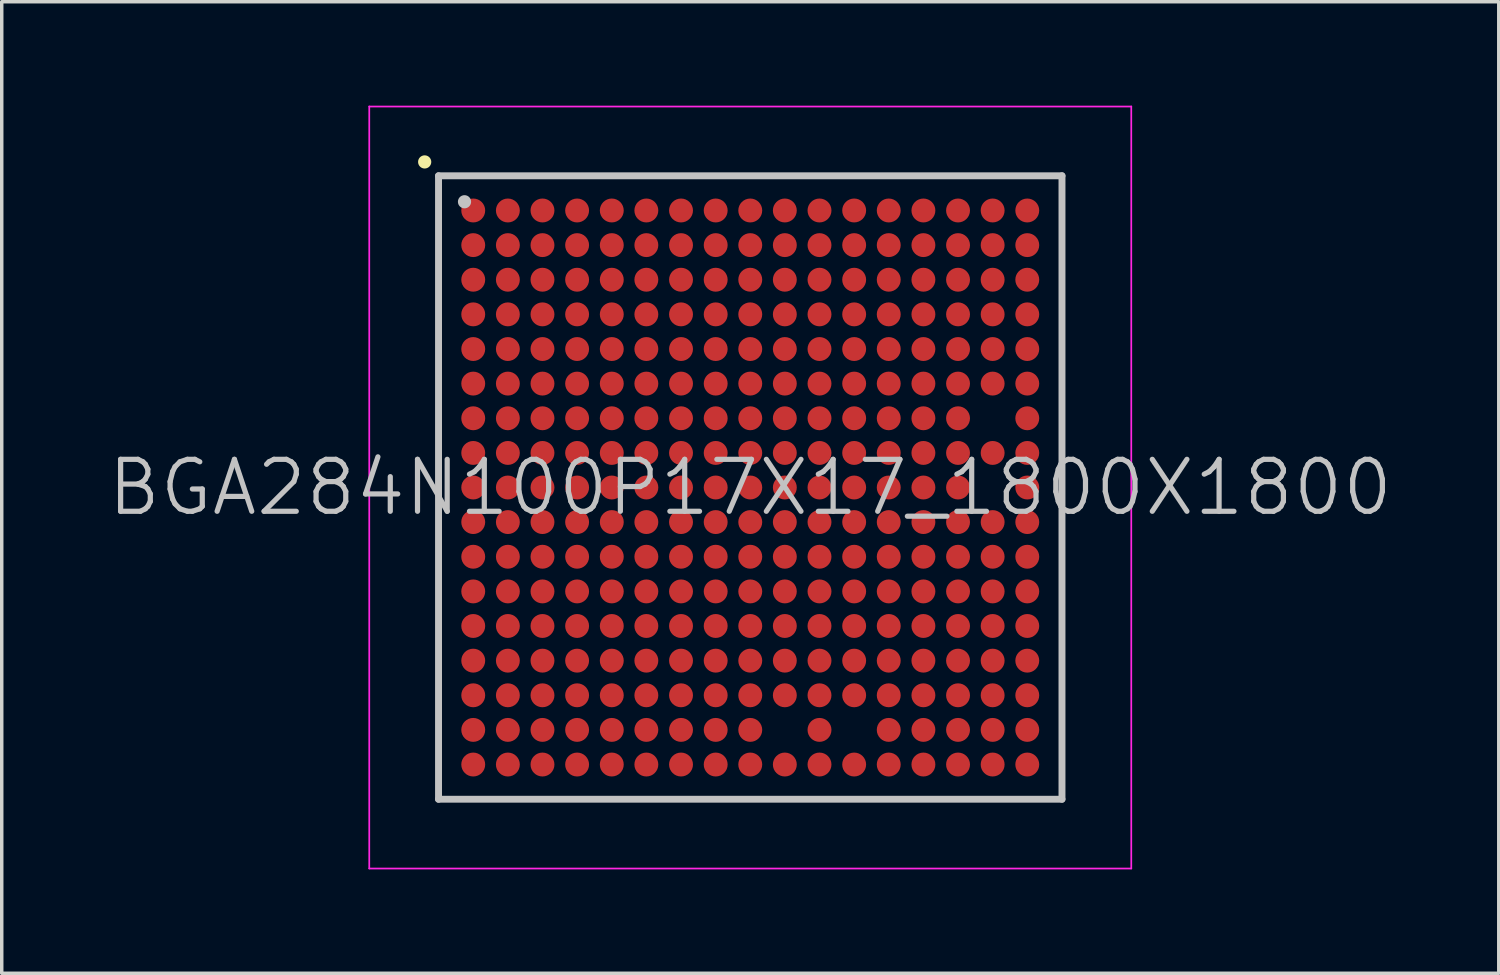
<source format=kicad_pcb>
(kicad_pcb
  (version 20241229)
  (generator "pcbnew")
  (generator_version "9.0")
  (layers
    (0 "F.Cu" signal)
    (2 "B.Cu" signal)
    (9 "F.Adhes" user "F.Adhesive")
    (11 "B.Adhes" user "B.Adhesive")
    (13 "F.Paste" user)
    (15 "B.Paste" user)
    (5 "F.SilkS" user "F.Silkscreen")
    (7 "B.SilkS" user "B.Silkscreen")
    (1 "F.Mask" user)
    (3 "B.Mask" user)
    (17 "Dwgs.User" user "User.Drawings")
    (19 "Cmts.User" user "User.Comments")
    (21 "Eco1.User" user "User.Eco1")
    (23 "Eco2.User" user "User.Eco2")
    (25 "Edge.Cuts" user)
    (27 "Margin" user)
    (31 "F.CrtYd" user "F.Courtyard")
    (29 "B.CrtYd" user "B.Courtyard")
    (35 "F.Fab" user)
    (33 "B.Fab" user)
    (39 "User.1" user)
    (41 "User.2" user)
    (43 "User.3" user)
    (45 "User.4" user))
  (footprint "BGA284N100P17X17_1800X1800"
    (layer "F.Cu")
    (at 18.611 11.025)
    (property "Reference" "BGA284N100P17X17_1800X1800" (at 0 0 0) (layer "Dwgs.User") (effects (font (size 1.5 1.5) (thickness 0.15))))
    (attr smd)
    (fp_line (start -9.4 -9.4) (end -9.4 -9.4) (stroke (width 0.381) (type solid)) (layer "F.SilkS"))
    (fp_line (start -9 -9) (end -9 9) (stroke (width 0.2) (type solid)) (layer "Dwgs.User"))
    (fp_line (start -9 -9) (end 9 -9) (stroke (width 0.2) (type solid)) (layer "Dwgs.User"))
    (fp_line (start -9 9) (end 9 9) (stroke (width 0.2) (type solid)) (layer "Dwgs.User"))
    (fp_line (start -8.25 -8.25) (end -8.25 -8.25) (stroke (width 0.381) (type solid)) (layer "Dwgs.User"))
    (fp_line (start 9 -9) (end 9 9) (stroke (width 0.2) (type solid)) (layer "Dwgs.User"))
    (fp_line (start -11 -11) (end -11 11) (stroke (width 0.05) (type solid)) (layer "F.CrtYd"))
    (fp_line (start -11 -11) (end 11 -11) (stroke (width 0.05) (type solid)) (layer "F.CrtYd"))
    (fp_line (start -11 11) (end 11 11) (stroke (width 0.05) (type solid)) (layer "F.CrtYd"))
    (fp_line (start 11 -11) (end 11 11) (stroke (width 0.05) (type solid)) (layer "F.CrtYd"))
    (pad "A1" smd circle (at -7.998 -7.998 270) (size 0.69 0.69) (layers "F.Cu" "F.Mask" "F.Paste"))
    (pad "A2" smd circle (at -6.998 -7.998 270) (size 0.69 0.69) (layers "F.Cu" "F.Mask" "F.Paste"))
    (pad "A3" smd circle (at -5.999 -7.998 270) (size 0.69 0.69) (layers "F.Cu" "F.Mask" "F.Paste"))
    (pad "A4" smd circle (at -4.999 -7.998 270) (size 0.69 0.69) (layers "F.Cu" "F.Mask" "F.Paste"))
    (pad "A5" smd circle (at -3.998 -7.998 270) (size 0.69 0.69) (layers "F.Cu" "F.Mask" "F.Paste"))
    (pad "A6" smd circle (at -3 -7.998 270) (size 0.69 0.69) (layers "F.Cu" "F.Mask" "F.Paste"))
    (pad "A7" smd circle (at -1.999 -7.998 270) (size 0.69 0.69) (layers "F.Cu" "F.Mask" "F.Paste"))
    (pad "A8" smd circle (at -0.998 -7.998 270) (size 0.69 0.69) (layers "F.Cu" "F.Mask" "F.Paste"))
    (pad "A9" smd circle (at 0 -7.998 270) (size 0.69 0.69) (layers "F.Cu" "F.Mask" "F.Paste"))
    (pad "A10" smd circle (at 0.998 -7.998 270) (size 0.69 0.69) (layers "F.Cu" "F.Mask" "F.Paste"))
    (pad "A11" smd circle (at 1.999 -7.998 270) (size 0.69 0.69) (layers "F.Cu" "F.Mask" "F.Paste"))
    (pad "A12" smd circle (at 3 -7.998 270) (size 0.69 0.69) (layers "F.Cu" "F.Mask" "F.Paste"))
    (pad "A13" smd circle (at 3.998 -7.998 270) (size 0.69 0.69) (layers "F.Cu" "F.Mask" "F.Paste"))
    (pad "A14" smd circle (at 4.999 -7.998 270) (size 0.69 0.69) (layers "F.Cu" "F.Mask" "F.Paste"))
    (pad "A15" smd circle (at 5.999 -7.998 270) (size 0.69 0.69) (layers "F.Cu" "F.Mask" "F.Paste"))
    (pad "A16" smd circle (at 6.998 -7.998 270) (size 0.69 0.69) (layers "F.Cu" "F.Mask" "F.Paste"))
    (pad "A17" smd circle (at 7.998 -7.998 270) (size 0.69 0.69) (layers "F.Cu" "F.Mask" "F.Paste"))
    (pad "B1" smd circle (at -7.998 -6.998 270) (size 0.69 0.69) (layers "F.Cu" "F.Mask" "F.Paste"))
    (pad "B2" smd circle (at -6.998 -6.998 270) (size 0.69 0.69) (layers "F.Cu" "F.Mask" "F.Paste"))
    (pad "B3" smd circle (at -5.999 -6.998 270) (size 0.69 0.69) (layers "F.Cu" "F.Mask" "F.Paste"))
    (pad "B4" smd circle (at -4.999 -6.998 270) (size 0.69 0.69) (layers "F.Cu" "F.Mask" "F.Paste"))
    (pad "B5" smd circle (at -3.998 -6.998 270) (size 0.69 0.69) (layers "F.Cu" "F.Mask" "F.Paste"))
    (pad "B6" smd circle (at -3 -6.998 270) (size 0.69 0.69) (layers "F.Cu" "F.Mask" "F.Paste"))
    (pad "B7" smd circle (at -1.999 -6.998 270) (size 0.69 0.69) (layers "F.Cu" "F.Mask" "F.Paste"))
    (pad "B8" smd circle (at -0.998 -6.998 270) (size 0.69 0.69) (layers "F.Cu" "F.Mask" "F.Paste"))
    (pad "B9" smd circle (at 0 -6.998 270) (size 0.69 0.69) (layers "F.Cu" "F.Mask" "F.Paste"))
    (pad "B10" smd circle (at 0.998 -6.998 270) (size 0.69 0.69) (layers "F.Cu" "F.Mask" "F.Paste"))
    (pad "B11" smd circle (at 1.999 -6.998 270) (size 0.69 0.69) (layers "F.Cu" "F.Mask" "F.Paste"))
    (pad "B12" smd circle (at 3 -6.998 270) (size 0.69 0.69) (layers "F.Cu" "F.Mask" "F.Paste"))
    (pad "B13" smd circle (at 3.998 -6.998 270) (size 0.69 0.69) (layers "F.Cu" "F.Mask" "F.Paste"))
    (pad "B14" smd circle (at 4.999 -6.998 270) (size 0.69 0.69) (layers "F.Cu" "F.Mask" "F.Paste"))
    (pad "B15" smd circle (at 5.999 -6.998 270) (size 0.69 0.69) (layers "F.Cu" "F.Mask" "F.Paste"))
    (pad "B16" smd circle (at 6.998 -6.998 270) (size 0.69 0.69) (layers "F.Cu" "F.Mask" "F.Paste"))
    (pad "B17" smd circle (at 7.998 -6.998 270) (size 0.69 0.69) (layers "F.Cu" "F.Mask" "F.Paste"))
    (pad "C1" smd circle (at -7.998 -5.999 270) (size 0.69 0.69) (layers "F.Cu" "F.Mask" "F.Paste"))
    (pad "C2" smd circle (at -6.998 -5.999 270) (size 0.69 0.69) (layers "F.Cu" "F.Mask" "F.Paste"))
    (pad "C3" smd circle (at -5.999 -5.999 270) (size 0.69 0.69) (layers "F.Cu" "F.Mask" "F.Paste"))
    (pad "C4" smd circle (at -4.999 -5.999 270) (size 0.69 0.69) (layers "F.Cu" "F.Mask" "F.Paste"))
    (pad "C5" smd circle (at -3.998 -5.999 270) (size 0.69 0.69) (layers "F.Cu" "F.Mask" "F.Paste"))
    (pad "C6" smd circle (at -3 -5.999 270) (size 0.69 0.69) (layers "F.Cu" "F.Mask" "F.Paste"))
    (pad "C7" smd circle (at -1.999 -5.999 270) (size 0.69 0.69) (layers "F.Cu" "F.Mask" "F.Paste"))
    (pad "C8" smd circle (at -0.998 -5.999 270) (size 0.69 0.69) (layers "F.Cu" "F.Mask" "F.Paste"))
    (pad "C9" smd circle (at 0 -5.999 270) (size 0.69 0.69) (layers "F.Cu" "F.Mask" "F.Paste"))
    (pad "C10" smd circle (at 0.998 -5.999 270) (size 0.69 0.69) (layers "F.Cu" "F.Mask" "F.Paste"))
    (pad "C11" smd circle (at 1.999 -5.999 270) (size 0.69 0.69) (layers "F.Cu" "F.Mask" "F.Paste"))
    (pad "C12" smd circle (at 3 -5.999 270) (size 0.69 0.69) (layers "F.Cu" "F.Mask" "F.Paste"))
    (pad "C13" smd circle (at 3.998 -5.999 270) (size 0.69 0.69) (layers "F.Cu" "F.Mask" "F.Paste"))
    (pad "C14" smd circle (at 4.999 -5.999 270) (size 0.69 0.69) (layers "F.Cu" "F.Mask" "F.Paste"))
    (pad "C15" smd circle (at 5.999 -5.999 270) (size 0.69 0.69) (layers "F.Cu" "F.Mask" "F.Paste"))
    (pad "C16" smd circle (at 6.998 -5.999 270) (size 0.69 0.69) (layers "F.Cu" "F.Mask" "F.Paste"))
    (pad "C17" smd circle (at 7.998 -5.999 270) (size 0.69 0.69) (layers "F.Cu" "F.Mask" "F.Paste"))
    (pad "D1" smd circle (at -7.998 -4.999 270) (size 0.69 0.69) (layers "F.Cu" "F.Mask" "F.Paste"))
    (pad "D2" smd circle (at -6.998 -4.999 270) (size 0.69 0.69) (layers "F.Cu" "F.Mask" "F.Paste"))
    (pad "D3" smd circle (at -5.999 -4.999 270) (size 0.69 0.69) (layers "F.Cu" "F.Mask" "F.Paste"))
    (pad "D4" smd circle (at -4.999 -4.999 270) (size 0.69 0.69) (layers "F.Cu" "F.Mask" "F.Paste"))
    (pad "D5" smd circle (at -3.998 -4.999 270) (size 0.69 0.69) (layers "F.Cu" "F.Mask" "F.Paste"))
    (pad "D6" smd circle (at -3 -4.999 270) (size 0.69 0.69) (layers "F.Cu" "F.Mask" "F.Paste"))
    (pad "D7" smd circle (at -1.999 -4.999 270) (size 0.69 0.69) (layers "F.Cu" "F.Mask" "F.Paste"))
    (pad "D8" smd circle (at -0.998 -4.999 270) (size 0.69 0.69) (layers "F.Cu" "F.Mask" "F.Paste"))
    (pad "D9" smd circle (at 0 -4.999 270) (size 0.69 0.69) (layers "F.Cu" "F.Mask" "F.Paste"))
    (pad "D10" smd circle (at 0.998 -4.999 270) (size 0.69 0.69) (layers "F.Cu" "F.Mask" "F.Paste"))
    (pad "D11" smd circle (at 1.999 -4.999 270) (size 0.69 0.69) (layers "F.Cu" "F.Mask" "F.Paste"))
    (pad "D12" smd circle (at 3 -4.999 270) (size 0.69 0.69) (layers "F.Cu" "F.Mask" "F.Paste"))
    (pad "D13" smd circle (at 3.998 -4.999 270) (size 0.69 0.69) (layers "F.Cu" "F.Mask" "F.Paste"))
    (pad "D14" smd circle (at 4.999 -4.999 270) (size 0.69 0.69) (layers "F.Cu" "F.Mask" "F.Paste"))
    (pad "D15" smd circle (at 5.999 -4.999 270) (size 0.69 0.69) (layers "F.Cu" "F.Mask" "F.Paste"))
    (pad "D16" smd circle (at 6.998 -4.999 270) (size 0.69 0.69) (layers "F.Cu" "F.Mask" "F.Paste"))
    (pad "D17" smd circle (at 7.998 -4.999 270) (size 0.69 0.69) (layers "F.Cu" "F.Mask" "F.Paste"))
    (pad "E1" smd circle (at -7.998 -3.998 270) (size 0.69 0.69) (layers "F.Cu" "F.Mask" "F.Paste"))
    (pad "E2" smd circle (at -6.998 -3.998 270) (size 0.69 0.69) (layers "F.Cu" "F.Mask" "F.Paste"))
    (pad "E3" smd circle (at -5.999 -3.998 270) (size 0.69 0.69) (layers "F.Cu" "F.Mask" "F.Paste"))
    (pad "E4" smd circle (at -4.999 -3.998 270) (size 0.69 0.69) (layers "F.Cu" "F.Mask" "F.Paste"))
    (pad "E5" smd circle (at -3.998 -3.998 270) (size 0.69 0.69) (layers "F.Cu" "F.Mask" "F.Paste"))
    (pad "E6" smd circle (at -3 -3.998 270) (size 0.69 0.69) (layers "F.Cu" "F.Mask" "F.Paste"))
    (pad "E7" smd circle (at -1.999 -3.998 270) (size 0.69 0.69) (layers "F.Cu" "F.Mask" "F.Paste"))
    (pad "E8" smd circle (at -0.998 -3.998 270) (size 0.69 0.69) (layers "F.Cu" "F.Mask" "F.Paste"))
    (pad "E9" smd circle (at 0 -3.998 270) (size 0.69 0.69) (layers "F.Cu" "F.Mask" "F.Paste"))
    (pad "E10" smd circle (at 0.998 -3.998 270) (size 0.69 0.69) (layers "F.Cu" "F.Mask" "F.Paste"))
    (pad "E11" smd circle (at 1.999 -3.998 270) (size 0.69 0.69) (layers "F.Cu" "F.Mask" "F.Paste"))
    (pad "E12" smd circle (at 3 -3.998 270) (size 0.69 0.69) (layers "F.Cu" "F.Mask" "F.Paste"))
    (pad "E13" smd circle (at 3.998 -3.998 270) (size 0.69 0.69) (layers "F.Cu" "F.Mask" "F.Paste"))
    (pad "E14" smd circle (at 4.999 -3.998 270) (size 0.69 0.69) (layers "F.Cu" "F.Mask" "F.Paste"))
    (pad "E15" smd circle (at 5.999 -3.998 270) (size 0.69 0.69) (layers "F.Cu" "F.Mask" "F.Paste"))
    (pad "E16" smd circle (at 6.998 -3.998 270) (size 0.69 0.69) (layers "F.Cu" "F.Mask" "F.Paste"))
    (pad "E17" smd circle (at 7.998 -3.998 270) (size 0.69 0.69) (layers "F.Cu" "F.Mask" "F.Paste"))
    (pad "F1" smd circle (at -7.998 -3 270) (size 0.69 0.69) (layers "F.Cu" "F.Mask" "F.Paste"))
    (pad "F2" smd circle (at -6.998 -3 270) (size 0.69 0.69) (layers "F.Cu" "F.Mask" "F.Paste"))
    (pad "F3" smd circle (at -5.999 -3 270) (size 0.69 0.69) (layers "F.Cu" "F.Mask" "F.Paste"))
    (pad "F4" smd circle (at -4.999 -3 270) (size 0.69 0.69) (layers "F.Cu" "F.Mask" "F.Paste"))
    (pad "F5" smd circle (at -3.998 -3 270) (size 0.69 0.69) (layers "F.Cu" "F.Mask" "F.Paste"))
    (pad "F6" smd circle (at -3 -3 270) (size 0.69 0.69) (layers "F.Cu" "F.Mask" "F.Paste"))
    (pad "F7" smd circle (at -1.999 -3 270) (size 0.69 0.69) (layers "F.Cu" "F.Mask" "F.Paste"))
    (pad "F8" smd circle (at -0.998 -3 270) (size 0.69 0.69) (layers "F.Cu" "F.Mask" "F.Paste"))
    (pad "F9" smd circle (at 0 -3 270) (size 0.69 0.69) (layers "F.Cu" "F.Mask" "F.Paste"))
    (pad "F10" smd circle (at 0.998 -3 270) (size 0.69 0.69) (layers "F.Cu" "F.Mask" "F.Paste"))
    (pad "F11" smd circle (at 1.999 -3 270) (size 0.69 0.69) (layers "F.Cu" "F.Mask" "F.Paste"))
    (pad "F12" smd circle (at 3 -3 270) (size 0.69 0.69) (layers "F.Cu" "F.Mask" "F.Paste"))
    (pad "F13" smd circle (at 3.998 -3 270) (size 0.69 0.69) (layers "F.Cu" "F.Mask" "F.Paste"))
    (pad "F14" smd circle (at 4.999 -3 270) (size 0.69 0.69) (layers "F.Cu" "F.Mask" "F.Paste"))
    (pad "F15" smd circle (at 5.999 -3 270) (size 0.69 0.69) (layers "F.Cu" "F.Mask" "F.Paste"))
    (pad "F16" smd circle (at 6.998 -3 270) (size 0.69 0.69) (layers "F.Cu" "F.Mask" "F.Paste"))
    (pad "F17" smd circle (at 7.998 -3 270) (size 0.69 0.69) (layers "F.Cu" "F.Mask" "F.Paste"))
    (pad "G1" smd circle (at -7.998 -1.999 270) (size 0.69 0.69) (layers "F.Cu" "F.Mask" "F.Paste"))
    (pad "G2" smd circle (at -6.998 -1.999 270) (size 0.69 0.69) (layers "F.Cu" "F.Mask" "F.Paste"))
    (pad "G3" smd circle (at -5.999 -1.999 270) (size 0.69 0.69) (layers "F.Cu" "F.Mask" "F.Paste"))
    (pad "G4" smd circle (at -4.999 -1.999 270) (size 0.69 0.69) (layers "F.Cu" "F.Mask" "F.Paste"))
    (pad "G5" smd circle (at -3.998 -1.999 270) (size 0.69 0.69) (layers "F.Cu" "F.Mask" "F.Paste"))
    (pad "G6" smd circle (at -3 -1.999 270) (size 0.69 0.69) (layers "F.Cu" "F.Mask" "F.Paste"))
    (pad "G7" smd circle (at -1.999 -1.999 270) (size 0.69 0.69) (layers "F.Cu" "F.Mask" "F.Paste"))
    (pad "G8" smd circle (at -0.998 -1.999 270) (size 0.69 0.69) (layers "F.Cu" "F.Mask" "F.Paste"))
    (pad "G9" smd circle (at 0 -1.999 270) (size 0.69 0.69) (layers "F.Cu" "F.Mask" "F.Paste"))
    (pad "G10" smd circle (at 0.998 -1.999 270) (size 0.69 0.69) (layers "F.Cu" "F.Mask" "F.Paste"))
    (pad "G11" smd circle (at 1.999 -1.999 270) (size 0.69 0.69) (layers "F.Cu" "F.Mask" "F.Paste"))
    (pad "G12" smd circle (at 3 -1.999 270) (size 0.69 0.69) (layers "F.Cu" "F.Mask" "F.Paste"))
    (pad "G13" smd circle (at 3.998 -1.999 270) (size 0.69 0.69) (layers "F.Cu" "F.Mask" "F.Paste"))
    (pad "G14" smd circle (at 4.999 -1.999 270) (size 0.69 0.69) (layers "F.Cu" "F.Mask" "F.Paste"))
    (pad "G15" smd circle (at 5.999 -1.999 270) (size 0.69 0.69) (layers "F.Cu" "F.Mask" "F.Paste"))
    (pad "G17" smd circle (at 7.998 -1.999 270) (size 0.69 0.69) (layers "F.Cu" "F.Mask" "F.Paste"))
    (pad "H1" smd circle (at -7.998 -0.998 270) (size 0.69 0.69) (layers "F.Cu" "F.Mask" "F.Paste"))
    (pad "H2" smd circle (at -6.998 -0.998 270) (size 0.69 0.69) (layers "F.Cu" "F.Mask" "F.Paste"))
    (pad "H3" smd circle (at -5.999 -0.998 270) (size 0.69 0.69) (layers "F.Cu" "F.Mask" "F.Paste"))
    (pad "H4" smd circle (at -4.999 -0.998 270) (size 0.69 0.69) (layers "F.Cu" "F.Mask" "F.Paste"))
    (pad "H5" smd circle (at -3.998 -0.998 270) (size 0.69 0.69) (layers "F.Cu" "F.Mask" "F.Paste"))
    (pad "H6" smd circle (at -3 -0.998 270) (size 0.69 0.69) (layers "F.Cu" "F.Mask" "F.Paste"))
    (pad "H7" smd circle (at -1.999 -0.998 270) (size 0.69 0.69) (layers "F.Cu" "F.Mask" "F.Paste"))
    (pad "H8" smd circle (at -0.998 -0.998 270) (size 0.69 0.69) (layers "F.Cu" "F.Mask" "F.Paste"))
    (pad "H9" smd circle (at 0 -0.998 270) (size 0.69 0.69) (layers "F.Cu" "F.Mask" "F.Paste"))
    (pad "H10" smd circle (at 0.998 -0.998 270) (size 0.69 0.69) (layers "F.Cu" "F.Mask" "F.Paste"))
    (pad "H11" smd circle (at 1.999 -0.998 270) (size 0.69 0.69) (layers "F.Cu" "F.Mask" "F.Paste"))
    (pad "H12" smd circle (at 3 -0.998 270) (size 0.69 0.69) (layers "F.Cu" "F.Mask" "F.Paste"))
    (pad "H13" smd circle (at 3.998 -0.998 270) (size 0.69 0.69) (layers "F.Cu" "F.Mask" "F.Paste"))
    (pad "H14" smd circle (at 4.999 -0.998 270) (size 0.69 0.69) (layers "F.Cu" "F.Mask" "F.Paste"))
    (pad "H15" smd circle (at 5.999 -0.998 270) (size 0.69 0.69) (layers "F.Cu" "F.Mask" "F.Paste"))
    (pad "H16" smd circle (at 6.998 -0.998 270) (size 0.69 0.69) (layers "F.Cu" "F.Mask" "F.Paste"))
    (pad "H17" smd circle (at 7.998 -0.998 270) (size 0.69 0.69) (layers "F.Cu" "F.Mask" "F.Paste"))
    (pad "J1" smd circle (at -7.998 0 270) (size 0.69 0.69) (layers "F.Cu" "F.Mask" "F.Paste"))
    (pad "J2" smd circle (at -6.998 0 270) (size 0.69 0.69) (layers "F.Cu" "F.Mask" "F.Paste"))
    (pad "J3" smd circle (at -5.999 0 270) (size 0.69 0.69) (layers "F.Cu" "F.Mask" "F.Paste"))
    (pad "J4" smd circle (at -4.999 0 270) (size 0.69 0.69) (layers "F.Cu" "F.Mask" "F.Paste"))
    (pad "J5" smd circle (at -3.998 0 270) (size 0.69 0.69) (layers "F.Cu" "F.Mask" "F.Paste"))
    (pad "J6" smd circle (at -3 0 270) (size 0.69 0.69) (layers "F.Cu" "F.Mask" "F.Paste"))
    (pad "J7" smd circle (at -1.999 0 270) (size 0.69 0.69) (layers "F.Cu" "F.Mask" "F.Paste"))
    (pad "J8" smd circle (at -0.998 0 270) (size 0.69 0.69) (layers "F.Cu" "F.Mask" "F.Paste"))
    (pad "J9" smd circle (at 0 0 270) (size 0.69 0.69) (layers "F.Cu" "F.Mask" "F.Paste"))
    (pad "J10" smd circle (at 0.998 0 270) (size 0.69 0.69) (layers "F.Cu" "F.Mask" "F.Paste"))
    (pad "J11" smd circle (at 1.999 0 270) (size 0.69 0.69) (layers "F.Cu" "F.Mask" "F.Paste"))
    (pad "J12" smd circle (at 3 0 270) (size 0.69 0.69) (layers "F.Cu" "F.Mask" "F.Paste"))
    (pad "J13" smd circle (at 3.998 0 270) (size 0.69 0.69) (layers "F.Cu" "F.Mask" "F.Paste"))
    (pad "J14" smd circle (at 4.999 0 270) (size 0.69 0.69) (layers "F.Cu" "F.Mask" "F.Paste"))
    (pad "J15" smd circle (at 5.999 0 270) (size 0.69 0.69) (layers "F.Cu" "F.Mask" "F.Paste"))
    (pad "J17" smd circle (at 7.998 0 270) (size 0.69 0.69) (layers "F.Cu" "F.Mask" "F.Paste"))
    (pad "K1" smd circle (at -7.998 0.998 270) (size 0.69 0.69) (layers "F.Cu" "F.Mask" "F.Paste"))
    (pad "K2" smd circle (at -6.998 0.998 270) (size 0.69 0.69) (layers "F.Cu" "F.Mask" "F.Paste"))
    (pad "K3" smd circle (at -5.999 0.998 270) (size 0.69 0.69) (layers "F.Cu" "F.Mask" "F.Paste"))
    (pad "K4" smd circle (at -4.999 0.998 270) (size 0.69 0.69) (layers "F.Cu" "F.Mask" "F.Paste"))
    (pad "K5" smd circle (at -3.998 0.998 270) (size 0.69 0.69) (layers "F.Cu" "F.Mask" "F.Paste"))
    (pad "K6" smd circle (at -3 0.998 270) (size 0.69 0.69) (layers "F.Cu" "F.Mask" "F.Paste"))
    (pad "K7" smd circle (at -1.999 0.998 270) (size 0.69 0.69) (layers "F.Cu" "F.Mask" "F.Paste"))
    (pad "K8" smd circle (at -0.998 0.998 270) (size 0.69 0.69) (layers "F.Cu" "F.Mask" "F.Paste"))
    (pad "K9" smd circle (at 0 0.998 270) (size 0.69 0.69) (layers "F.Cu" "F.Mask" "F.Paste"))
    (pad "K10" smd circle (at 0.998 0.998 270) (size 0.69 0.69) (layers "F.Cu" "F.Mask" "F.Paste"))
    (pad "K11" smd circle (at 1.999 0.998 270) (size 0.69 0.69) (layers "F.Cu" "F.Mask" "F.Paste"))
    (pad "K12" smd circle (at 3 0.998 270) (size 0.69 0.69) (layers "F.Cu" "F.Mask" "F.Paste"))
    (pad "K13" smd circle (at 3.998 0.998 270) (size 0.69 0.69) (layers "F.Cu" "F.Mask" "F.Paste"))
    (pad "K14" smd circle (at 4.999 0.998 270) (size 0.69 0.69) (layers "F.Cu" "F.Mask" "F.Paste"))
    (pad "K15" smd circle (at 5.999 0.998 270) (size 0.69 0.69) (layers "F.Cu" "F.Mask" "F.Paste"))
    (pad "K16" smd circle (at 6.998 0.998 270) (size 0.69 0.69) (layers "F.Cu" "F.Mask" "F.Paste"))
    (pad "K17" smd circle (at 7.998 0.998 270) (size 0.69 0.69) (layers "F.Cu" "F.Mask" "F.Paste"))
    (pad "L1" smd circle (at -7.998 1.999 270) (size 0.69 0.69) (layers "F.Cu" "F.Mask" "F.Paste"))
    (pad "L2" smd circle (at -6.998 1.999 270) (size 0.69 0.69) (layers "F.Cu" "F.Mask" "F.Paste"))
    (pad "L3" smd circle (at -5.999 1.999 270) (size 0.69 0.69) (layers "F.Cu" "F.Mask" "F.Paste"))
    (pad "L4" smd circle (at -4.999 1.999 270) (size 0.69 0.69) (layers "F.Cu" "F.Mask" "F.Paste"))
    (pad "L5" smd circle (at -3.998 1.999 270) (size 0.69 0.69) (layers "F.Cu" "F.Mask" "F.Paste"))
    (pad "L6" smd circle (at -3 1.999 270) (size 0.69 0.69) (layers "F.Cu" "F.Mask" "F.Paste"))
    (pad "L7" smd circle (at -1.999 1.999 270) (size 0.69 0.69) (layers "F.Cu" "F.Mask" "F.Paste"))
    (pad "L8" smd circle (at -0.998 1.999 270) (size 0.69 0.69) (layers "F.Cu" "F.Mask" "F.Paste"))
    (pad "L9" smd circle (at 0 1.999 270) (size 0.69 0.69) (layers "F.Cu" "F.Mask" "F.Paste"))
    (pad "L10" smd circle (at 0.998 1.999 270) (size 0.69 0.69) (layers "F.Cu" "F.Mask" "F.Paste"))
    (pad "L11" smd circle (at 1.999 1.999 270) (size 0.69 0.69) (layers "F.Cu" "F.Mask" "F.Paste"))
    (pad "L12" smd circle (at 3 1.999 270) (size 0.69 0.69) (layers "F.Cu" "F.Mask" "F.Paste"))
    (pad "L13" smd circle (at 3.998 1.999 270) (size 0.69 0.69) (layers "F.Cu" "F.Mask" "F.Paste"))
    (pad "L14" smd circle (at 4.999 1.999 270) (size 0.69 0.69) (layers "F.Cu" "F.Mask" "F.Paste"))
    (pad "L15" smd circle (at 5.999 1.999 270) (size 0.69 0.69) (layers "F.Cu" "F.Mask" "F.Paste"))
    (pad "L16" smd circle (at 6.998 1.999 270) (size 0.69 0.69) (layers "F.Cu" "F.Mask" "F.Paste"))
    (pad "L17" smd circle (at 7.998 1.999 270) (size 0.69 0.69) (layers "F.Cu" "F.Mask" "F.Paste"))
    (pad "M1" smd circle (at -7.998 3 270) (size 0.69 0.69) (layers "F.Cu" "F.Mask" "F.Paste"))
    (pad "M2" smd circle (at -6.998 3 270) (size 0.69 0.69) (layers "F.Cu" "F.Mask" "F.Paste"))
    (pad "M3" smd circle (at -5.999 3 270) (size 0.69 0.69) (layers "F.Cu" "F.Mask" "F.Paste"))
    (pad "M4" smd circle (at -4.999 3 270) (size 0.69 0.69) (layers "F.Cu" "F.Mask" "F.Paste"))
    (pad "M5" smd circle (at -3.998 3 270) (size 0.69 0.69) (layers "F.Cu" "F.Mask" "F.Paste"))
    (pad "M6" smd circle (at -3 3 270) (size 0.69 0.69) (layers "F.Cu" "F.Mask" "F.Paste"))
    (pad "M7" smd circle (at -1.999 3 270) (size 0.69 0.69) (layers "F.Cu" "F.Mask" "F.Paste"))
    (pad "M8" smd circle (at -0.998 3 270) (size 0.69 0.69) (layers "F.Cu" "F.Mask" "F.Paste"))
    (pad "M9" smd circle (at 0 3 270) (size 0.69 0.69) (layers "F.Cu" "F.Mask" "F.Paste"))
    (pad "M10" smd circle (at 0.998 3 270) (size 0.69 0.69) (layers "F.Cu" "F.Mask" "F.Paste"))
    (pad "M11" smd circle (at 1.999 3 270) (size 0.69 0.69) (layers "F.Cu" "F.Mask" "F.Paste"))
    (pad "M12" smd circle (at 3 3 270) (size 0.69 0.69) (layers "F.Cu" "F.Mask" "F.Paste"))
    (pad "M13" smd circle (at 3.998 3 270) (size 0.69 0.69) (layers "F.Cu" "F.Mask" "F.Paste"))
    (pad "M14" smd circle (at 4.999 3 270) (size 0.69 0.69) (layers "F.Cu" "F.Mask" "F.Paste"))
    (pad "M15" smd circle (at 5.999 3 270) (size 0.69 0.69) (layers "F.Cu" "F.Mask" "F.Paste"))
    (pad "M16" smd circle (at 6.998 3 270) (size 0.69 0.69) (layers "F.Cu" "F.Mask" "F.Paste"))
    (pad "M17" smd circle (at 7.998 3 270) (size 0.69 0.69) (layers "F.Cu" "F.Mask" "F.Paste"))
    (pad "N1" smd circle (at -7.998 3.998 270) (size 0.69 0.69) (layers "F.Cu" "F.Mask" "F.Paste"))
    (pad "N2" smd circle (at -6.998 3.998 270) (size 0.69 0.69) (layers "F.Cu" "F.Mask" "F.Paste"))
    (pad "N3" smd circle (at -5.999 3.998 270) (size 0.69 0.69) (layers "F.Cu" "F.Mask" "F.Paste"))
    (pad "N4" smd circle (at -4.999 3.998 270) (size 0.69 0.69) (layers "F.Cu" "F.Mask" "F.Paste"))
    (pad "N5" smd circle (at -3.998 3.998 270) (size 0.69 0.69) (layers "F.Cu" "F.Mask" "F.Paste"))
    (pad "N6" smd circle (at -3 3.998 270) (size 0.69 0.69) (layers "F.Cu" "F.Mask" "F.Paste"))
    (pad "N7" smd circle (at -1.999 3.998 270) (size 0.69 0.69) (layers "F.Cu" "F.Mask" "F.Paste"))
    (pad "N8" smd circle (at -0.998 3.998 270) (size 0.69 0.69) (layers "F.Cu" "F.Mask" "F.Paste"))
    (pad "N9" smd circle (at 0 3.998 270) (size 0.69 0.69) (layers "F.Cu" "F.Mask" "F.Paste"))
    (pad "N10" smd circle (at 0.998 3.998 270) (size 0.69 0.69) (layers "F.Cu" "F.Mask" "F.Paste"))
    (pad "N11" smd circle (at 1.999 3.998 270) (size 0.69 0.69) (layers "F.Cu" "F.Mask" "F.Paste"))
    (pad "N12" smd circle (at 3 3.998 270) (size 0.69 0.69) (layers "F.Cu" "F.Mask" "F.Paste"))
    (pad "N13" smd circle (at 3.998 3.998 270) (size 0.69 0.69) (layers "F.Cu" "F.Mask" "F.Paste"))
    (pad "N14" smd circle (at 4.999 3.998 270) (size 0.69 0.69) (layers "F.Cu" "F.Mask" "F.Paste"))
    (pad "N15" smd circle (at 5.999 3.998 270) (size 0.69 0.69) (layers "F.Cu" "F.Mask" "F.Paste"))
    (pad "N16" smd circle (at 6.998 3.998 270) (size 0.69 0.69) (layers "F.Cu" "F.Mask" "F.Paste"))
    (pad "N17" smd circle (at 7.998 3.998 270) (size 0.69 0.69) (layers "F.Cu" "F.Mask" "F.Paste"))
    (pad "P1" smd circle (at -7.998 4.999 270) (size 0.69 0.69) (layers "F.Cu" "F.Mask" "F.Paste"))
    (pad "P2" smd circle (at -6.998 4.999 270) (size 0.69 0.69) (layers "F.Cu" "F.Mask" "F.Paste"))
    (pad "P3" smd circle (at -5.999 4.999 270) (size 0.69 0.69) (layers "F.Cu" "F.Mask" "F.Paste"))
    (pad "P4" smd circle (at -4.999 4.999 270) (size 0.69 0.69) (layers "F.Cu" "F.Mask" "F.Paste"))
    (pad "P5" smd circle (at -3.998 4.999 270) (size 0.69 0.69) (layers "F.Cu" "F.Mask" "F.Paste"))
    (pad "P6" smd circle (at -3 4.999 270) (size 0.69 0.69) (layers "F.Cu" "F.Mask" "F.Paste"))
    (pad "P7" smd circle (at -1.999 4.999 270) (size 0.69 0.69) (layers "F.Cu" "F.Mask" "F.Paste"))
    (pad "P8" smd circle (at -0.998 4.999 270) (size 0.69 0.69) (layers "F.Cu" "F.Mask" "F.Paste"))
    (pad "P9" smd circle (at 0 4.999 270) (size 0.69 0.69) (layers "F.Cu" "F.Mask" "F.Paste"))
    (pad "P10" smd circle (at 0.998 4.999 270) (size 0.69 0.69) (layers "F.Cu" "F.Mask" "F.Paste"))
    (pad "P11" smd circle (at 1.999 4.999 270) (size 0.69 0.69) (layers "F.Cu" "F.Mask" "F.Paste"))
    (pad "P12" smd circle (at 3 4.999 270) (size 0.69 0.69) (layers "F.Cu" "F.Mask" "F.Paste"))
    (pad "P13" smd circle (at 3.998 4.999 270) (size 0.69 0.69) (layers "F.Cu" "F.Mask" "F.Paste"))
    (pad "P14" smd circle (at 4.999 4.999 270) (size 0.69 0.69) (layers "F.Cu" "F.Mask" "F.Paste"))
    (pad "P15" smd circle (at 5.999 4.999 270) (size 0.69 0.69) (layers "F.Cu" "F.Mask" "F.Paste"))
    (pad "P16" smd circle (at 6.998 4.999 270) (size 0.69 0.69) (layers "F.Cu" "F.Mask" "F.Paste"))
    (pad "P17" smd circle (at 7.998 4.999 270) (size 0.69 0.69) (layers "F.Cu" "F.Mask" "F.Paste"))
    (pad "R1" smd circle (at -7.998 5.999 270) (size 0.69 0.69) (layers "F.Cu" "F.Mask" "F.Paste"))
    (pad "R2" smd circle (at -6.998 5.999 270) (size 0.69 0.69) (layers "F.Cu" "F.Mask" "F.Paste"))
    (pad "R3" smd circle (at -5.999 5.999 270) (size 0.69 0.69) (layers "F.Cu" "F.Mask" "F.Paste"))
    (pad "R4" smd circle (at -4.999 5.999 270) (size 0.69 0.69) (layers "F.Cu" "F.Mask" "F.Paste"))
    (pad "R5" smd circle (at -3.998 5.999 270) (size 0.69 0.69) (layers "F.Cu" "F.Mask" "F.Paste"))
    (pad "R6" smd circle (at -3 5.999 270) (size 0.69 0.69) (layers "F.Cu" "F.Mask" "F.Paste"))
    (pad "R7" smd circle (at -1.999 5.999 270) (size 0.69 0.69) (layers "F.Cu" "F.Mask" "F.Paste"))
    (pad "R8" smd circle (at -0.998 5.999 270) (size 0.69 0.69) (layers "F.Cu" "F.Mask" "F.Paste"))
    (pad "R9" smd circle (at 0 5.999 270) (size 0.69 0.69) (layers "F.Cu" "F.Mask" "F.Paste"))
    (pad "R10" smd circle (at 0.998 5.999 270) (size 0.69 0.69) (layers "F.Cu" "F.Mask" "F.Paste"))
    (pad "R11" smd circle (at 1.999 5.999 270) (size 0.69 0.69) (layers "F.Cu" "F.Mask" "F.Paste"))
    (pad "R12" smd circle (at 3 5.999 270) (size 0.69 0.69) (layers "F.Cu" "F.Mask" "F.Paste"))
    (pad "R13" smd circle (at 3.998 5.999 270) (size 0.69 0.69) (layers "F.Cu" "F.Mask" "F.Paste"))
    (pad "R14" smd circle (at 4.999 5.999 270) (size 0.69 0.69) (layers "F.Cu" "F.Mask" "F.Paste"))
    (pad "R15" smd circle (at 5.999 5.999 270) (size 0.69 0.69) (layers "F.Cu" "F.Mask" "F.Paste"))
    (pad "R16" smd circle (at 6.998 5.999 270) (size 0.69 0.69) (layers "F.Cu" "F.Mask" "F.Paste"))
    (pad "R17" smd circle (at 7.998 5.999 270) (size 0.69 0.69) (layers "F.Cu" "F.Mask" "F.Paste"))
    (pad "T1" smd circle (at -7.998 6.998 270) (size 0.69 0.69) (layers "F.Cu" "F.Mask" "F.Paste"))
    (pad "T2" smd circle (at -6.998 6.998 270) (size 0.69 0.69) (layers "F.Cu" "F.Mask" "F.Paste"))
    (pad "T3" smd circle (at -5.999 6.998 270) (size 0.69 0.69) (layers "F.Cu" "F.Mask" "F.Paste"))
    (pad "T4" smd circle (at -4.999 6.998 270) (size 0.69 0.69) (layers "F.Cu" "F.Mask" "F.Paste"))
    (pad "T5" smd circle (at -3.998 6.998 270) (size 0.69 0.69) (layers "F.Cu" "F.Mask" "F.Paste"))
    (pad "T6" smd circle (at -3 6.998 270) (size 0.69 0.69) (layers "F.Cu" "F.Mask" "F.Paste"))
    (pad "T7" smd circle (at -1.999 6.998 270) (size 0.69 0.69) (layers "F.Cu" "F.Mask" "F.Paste"))
    (pad "T8" smd circle (at -0.998 6.998 270) (size 0.69 0.69) (layers "F.Cu" "F.Mask" "F.Paste"))
    (pad "T9" smd circle (at 0 6.998 270) (size 0.69 0.69) (layers "F.Cu" "F.Mask" "F.Paste"))
    (pad "T11" smd circle (at 1.999 6.998 270) (size 0.69 0.69) (layers "F.Cu" "F.Mask" "F.Paste"))
    (pad "T13" smd circle (at 3.998 6.998 270) (size 0.69 0.69) (layers "F.Cu" "F.Mask" "F.Paste"))
    (pad "T14" smd circle (at 4.999 6.998 270) (size 0.69 0.69) (layers "F.Cu" "F.Mask" "F.Paste"))
    (pad "T15" smd circle (at 5.999 6.998 270) (size 0.69 0.69) (layers "F.Cu" "F.Mask" "F.Paste"))
    (pad "T16" smd circle (at 6.998 6.998 270) (size 0.69 0.69) (layers "F.Cu" "F.Mask" "F.Paste"))
    (pad "T17" smd circle (at 7.998 6.998 270) (size 0.69 0.69) (layers "F.Cu" "F.Mask" "F.Paste"))
    (pad "U1" smd circle (at -7.998 7.998 270) (size 0.69 0.69) (layers "F.Cu" "F.Mask" "F.Paste"))
    (pad "U2" smd circle (at -6.998 7.998 270) (size 0.69 0.69) (layers "F.Cu" "F.Mask" "F.Paste"))
    (pad "U3" smd circle (at -5.999 7.998 270) (size 0.69 0.69) (layers "F.Cu" "F.Mask" "F.Paste"))
    (pad "U4" smd circle (at -4.999 7.998 270) (size 0.69 0.69) (layers "F.Cu" "F.Mask" "F.Paste"))
    (pad "U5" smd circle (at -3.998 7.998 270) (size 0.69 0.69) (layers "F.Cu" "F.Mask" "F.Paste"))
    (pad "U6" smd circle (at -3 7.998 270) (size 0.69 0.69) (layers "F.Cu" "F.Mask" "F.Paste"))
    (pad "U7" smd circle (at -1.999 7.998 270) (size 0.69 0.69) (layers "F.Cu" "F.Mask" "F.Paste"))
    (pad "U8" smd circle (at -0.998 7.998 270) (size 0.69 0.69) (layers "F.Cu" "F.Mask" "F.Paste"))
    (pad "U9" smd circle (at 0 7.998 270) (size 0.69 0.69) (layers "F.Cu" "F.Mask" "F.Paste"))
    (pad "U10" smd circle (at 0.998 7.998 270) (size 0.69 0.69) (layers "F.Cu" "F.Mask" "F.Paste"))
    (pad "U11" smd circle (at 1.999 7.998 270) (size 0.69 0.69) (layers "F.Cu" "F.Mask" "F.Paste"))
    (pad "U12" smd circle (at 3 7.998 270) (size 0.69 0.69) (layers "F.Cu" "F.Mask" "F.Paste"))
    (pad "U13" smd circle (at 3.998 7.998 270) (size 0.69 0.69) (layers "F.Cu" "F.Mask" "F.Paste"))
    (pad "U14" smd circle (at 4.999 7.998 270) (size 0.69 0.69) (layers "F.Cu" "F.Mask" "F.Paste"))
    (pad "U15" smd circle (at 5.999 7.998 270) (size 0.69 0.69) (layers "F.Cu" "F.Mask" "F.Paste"))
    (pad "U16" smd circle (at 6.998 7.998 270) (size 0.69 0.69) (layers "F.Cu" "F.Mask" "F.Paste"))
    (pad "U17" smd circle (at 7.998 7.998 270) (size 0.69 0.69) (layers "F.Cu" "F.Mask" "F.Paste")))
  (gr_rect
    (start -3 -3)
    (end 40.221 25.05)
    (stroke (width 0.1) (type default))
    (fill no)
    (layer "Edge.Cuts")))
</source>
